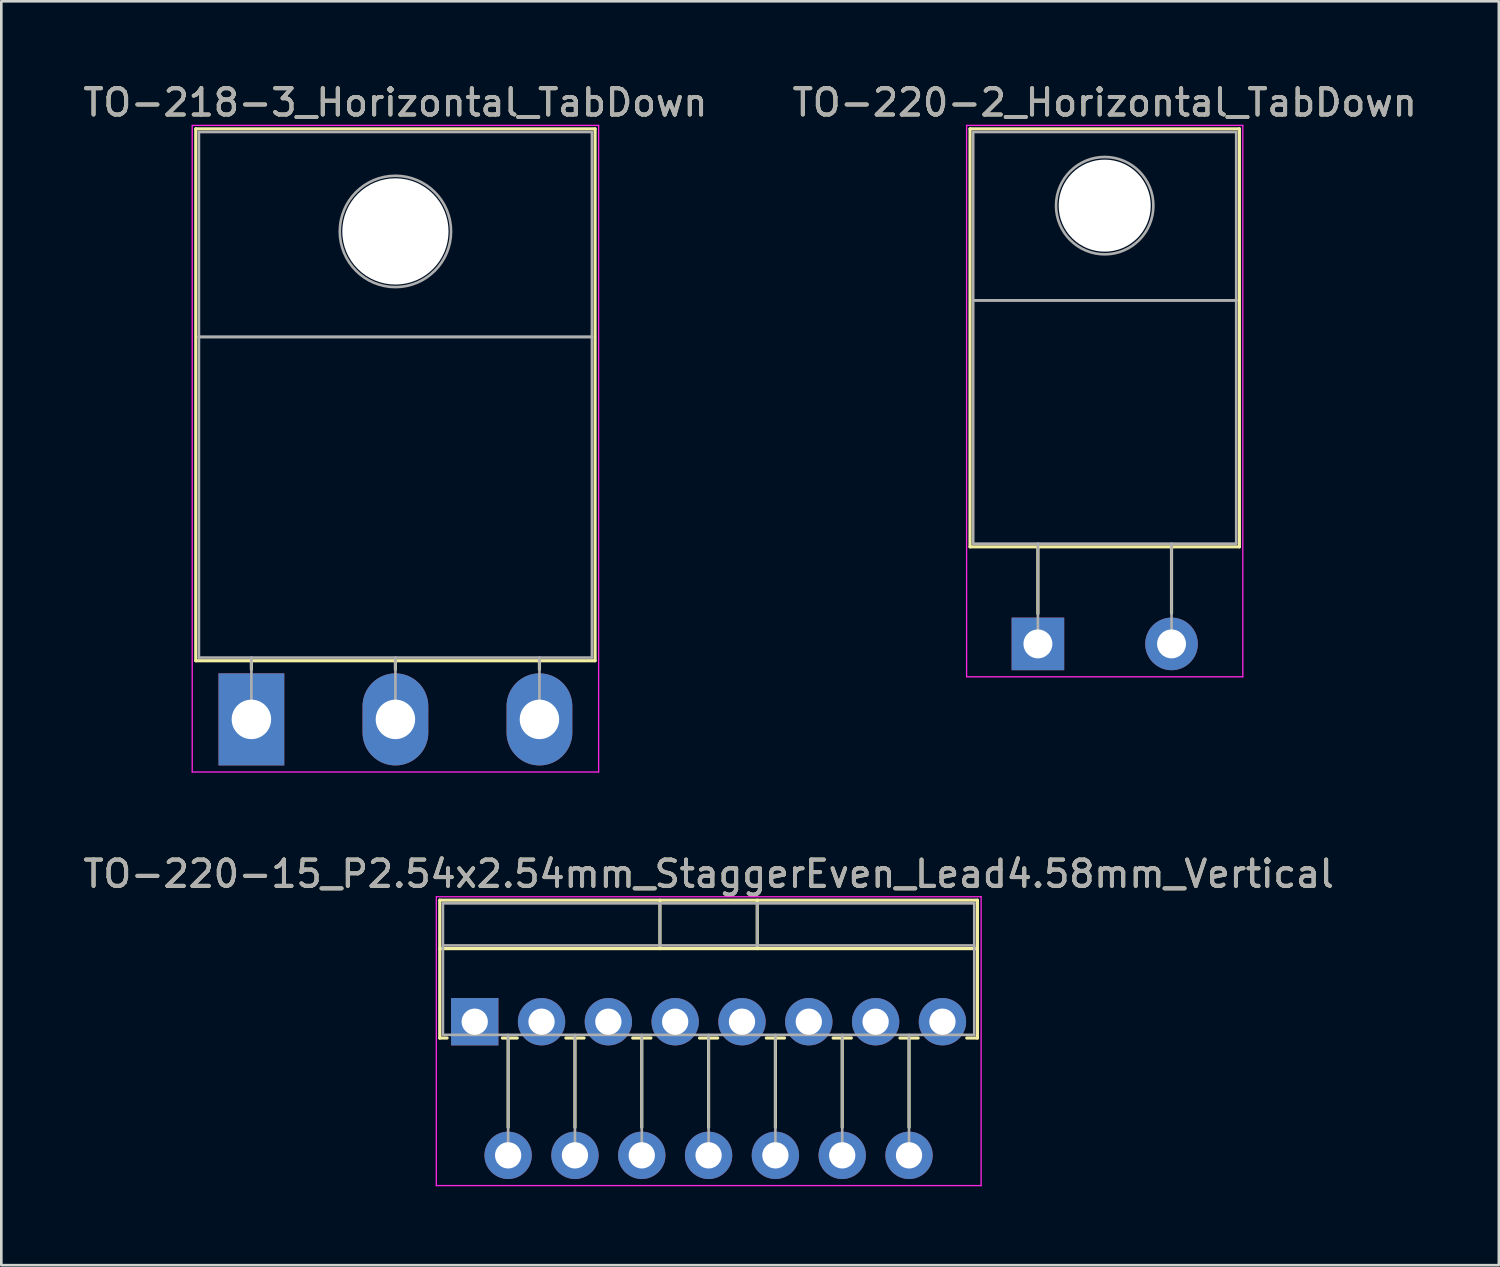
<source format=kicad_pcb>
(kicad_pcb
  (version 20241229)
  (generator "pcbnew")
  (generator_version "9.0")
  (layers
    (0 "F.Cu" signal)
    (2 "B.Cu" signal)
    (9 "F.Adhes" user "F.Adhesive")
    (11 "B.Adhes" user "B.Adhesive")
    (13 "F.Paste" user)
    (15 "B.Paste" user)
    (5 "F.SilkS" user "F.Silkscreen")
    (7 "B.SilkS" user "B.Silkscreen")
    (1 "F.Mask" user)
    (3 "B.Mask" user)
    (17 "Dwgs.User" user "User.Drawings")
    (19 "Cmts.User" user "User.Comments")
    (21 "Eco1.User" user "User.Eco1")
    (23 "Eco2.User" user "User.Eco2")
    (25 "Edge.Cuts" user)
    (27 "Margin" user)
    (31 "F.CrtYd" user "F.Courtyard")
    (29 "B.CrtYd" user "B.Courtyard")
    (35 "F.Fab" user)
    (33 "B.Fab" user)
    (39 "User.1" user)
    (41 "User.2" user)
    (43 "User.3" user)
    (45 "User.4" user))
  (footprint "TO-220-15_P2.54x2.54mm_StaggerEven_Lead4.58mm_Vertical"
    (layer "F.Cu")
    (at 14.997 35.791)
    (property "Reference" "TO-220-15_P2.54x2.54mm_StaggerEven_Lead4.58mm_Vertical" (at 8.89 -5.62 0) (layer "F.SilkS") (effects (font (size 1 1) (thickness 0.15))))
    (attr through_hole)
    (fp_line (start -1.33 -4.62) (end -1.33 0.621) (stroke (width 0.12) (type solid)) (layer "F.SilkS"))
    (fp_line (start -1.33 -4.62) (end 19.11 -4.62) (stroke (width 0.12) (type solid)) (layer "F.SilkS"))
    (fp_line (start -1.33 -2.78) (end 19.11 -2.78) (stroke (width 0.12) (type solid)) (layer "F.SilkS"))
    (fp_line (start -1.33 0.621) (end -1.05 0.621) (stroke (width 0.12) (type solid)) (layer "F.SilkS"))
    (fp_line (start 1.05 0.621) (end 1.616 0.621) (stroke (width 0.12) (type solid)) (layer "F.SilkS"))
    (fp_line (start 1.27 0.621) (end 1.27 4.015) (stroke (width 0.12) (type solid)) (layer "F.SilkS"))
    (fp_line (start 3.465 0.621) (end 4.156 0.621) (stroke (width 0.12) (type solid)) (layer "F.SilkS"))
    (fp_line (start 3.81 0.621) (end 3.81 4.015) (stroke (width 0.12) (type solid)) (layer "F.SilkS"))
    (fp_line (start 6.005 0.621) (end 6.696 0.621) (stroke (width 0.12) (type solid)) (layer "F.SilkS"))
    (fp_line (start 6.35 0.621) (end 6.35 4.015) (stroke (width 0.12) (type solid)) (layer "F.SilkS"))
    (fp_line (start 7.041 -4.62) (end 7.041 -2.78) (stroke (width 0.12) (type solid)) (layer "F.SilkS"))
    (fp_line (start 8.545 0.621) (end 9.236 0.621) (stroke (width 0.12) (type solid)) (layer "F.SilkS"))
    (fp_line (start 8.89 0.621) (end 8.89 4.015) (stroke (width 0.12) (type solid)) (layer "F.SilkS"))
    (fp_line (start 10.74 -4.62) (end 10.74 -2.78) (stroke (width 0.12) (type solid)) (layer "F.SilkS"))
    (fp_line (start 11.085 0.621) (end 11.776 0.621) (stroke (width 0.12) (type solid)) (layer "F.SilkS"))
    (fp_line (start 11.43 0.621) (end 11.43 4.015) (stroke (width 0.12) (type solid)) (layer "F.SilkS"))
    (fp_line (start 13.625 0.621) (end 14.316 0.621) (stroke (width 0.12) (type solid)) (layer "F.SilkS"))
    (fp_line (start 13.97 0.621) (end 13.97 4.015) (stroke (width 0.12) (type solid)) (layer "F.SilkS"))
    (fp_line (start 16.165 0.621) (end 16.856 0.621) (stroke (width 0.12) (type solid)) (layer "F.SilkS"))
    (fp_line (start 16.51 0.621) (end 16.51 4.015) (stroke (width 0.12) (type solid)) (layer "F.SilkS"))
    (fp_line (start 18.705 0.621) (end 19.11 0.621) (stroke (width 0.12) (type solid)) (layer "F.SilkS"))
    (fp_line (start 19.11 -4.62) (end 19.11 0.621) (stroke (width 0.12) (type solid)) (layer "F.SilkS"))
    (fp_line (start -1.46 -4.75) (end -1.46 6.23) (stroke (width 0.05) (type solid)) (layer "F.CrtYd"))
    (fp_line (start -1.46 6.23) (end 19.25 6.23) (stroke (width 0.05) (type solid)) (layer "F.CrtYd"))
    (fp_line (start 19.25 -4.75) (end -1.46 -4.75) (stroke (width 0.05) (type solid)) (layer "F.CrtYd"))
    (fp_line (start 19.25 6.23) (end 19.25 -4.75) (stroke (width 0.05) (type solid)) (layer "F.CrtYd"))
    (fp_line (start -1.21 -4.5) (end -1.21 0.5) (stroke (width 0.1) (type solid)) (layer "F.Fab"))
    (fp_line (start -1.21 -2.9) (end 18.99 -2.9) (stroke (width 0.1) (type solid)) (layer "F.Fab"))
    (fp_line (start -1.21 0.5) (end 18.99 0.5) (stroke (width 0.1) (type solid)) (layer "F.Fab"))
    (fp_line (start 1.27 0.5) (end 1.27 5.08) (stroke (width 0.1) (type solid)) (layer "F.Fab"))
    (fp_line (start 3.81 0.5) (end 3.81 5.08) (stroke (width 0.1) (type solid)) (layer "F.Fab"))
    (fp_line (start 6.35 0.5) (end 6.35 5.08) (stroke (width 0.1) (type solid)) (layer "F.Fab"))
    (fp_line (start 7.04 -4.5) (end 7.04 -2.9) (stroke (width 0.1) (type solid)) (layer "F.Fab"))
    (fp_line (start 8.89 0.5) (end 8.89 5.08) (stroke (width 0.1) (type solid)) (layer "F.Fab"))
    (fp_line (start 10.74 -4.5) (end 10.74 -2.9) (stroke (width 0.1) (type solid)) (layer "F.Fab"))
    (fp_line (start 11.43 0.5) (end 11.43 5.08) (stroke (width 0.1) (type solid)) (layer "F.Fab"))
    (fp_line (start 13.97 0.5) (end 13.97 5.08) (stroke (width 0.1) (type solid)) (layer "F.Fab"))
    (fp_line (start 16.51 0.5) (end 16.51 5.08) (stroke (width 0.1) (type solid)) (layer "F.Fab"))
    (fp_line (start 18.99 -4.5) (end -1.21 -4.5) (stroke (width 0.1) (type solid)) (layer "F.Fab"))
    (fp_line (start 18.99 0.5) (end 18.99 -4.5) (stroke (width 0.1) (type solid)) (layer "F.Fab"))
    (fp_text user "${REFERENCE}" (at 8.89 -5.62 0) (layer "F.Fab") (effects (font (size 1 1) (thickness 0.15))))
    (pad "1" thru_hole rect (at 0 0) (size 1.8 1.8) (drill 1) (layers "*.Cu" "*.Mask"))
    (pad "2" thru_hole oval (at 1.27 5.08) (size 1.8 1.8) (drill 1) (layers "*.Cu" "*.Mask"))
    (pad "3" thru_hole oval (at 2.54 0) (size 1.8 1.8) (drill 1) (layers "*.Cu" "*.Mask"))
    (pad "4" thru_hole oval (at 3.81 5.08) (size 1.8 1.8) (drill 1) (layers "*.Cu" "*.Mask"))
    (pad "5" thru_hole oval (at 5.08 0) (size 1.8 1.8) (drill 1) (layers "*.Cu" "*.Mask"))
    (pad "6" thru_hole oval (at 6.35 5.08) (size 1.8 1.8) (drill 1) (layers "*.Cu" "*.Mask"))
    (pad "7" thru_hole oval (at 7.62 0) (size 1.8 1.8) (drill 1) (layers "*.Cu" "*.Mask"))
    (pad "8" thru_hole oval (at 8.89 5.08) (size 1.8 1.8) (drill 1) (layers "*.Cu" "*.Mask"))
    (pad "9" thru_hole oval (at 10.16 0) (size 1.8 1.8) (drill 1) (layers "*.Cu" "*.Mask"))
    (pad "10" thru_hole oval (at 11.43 5.08) (size 1.8 1.8) (drill 1) (layers "*.Cu" "*.Mask"))
    (pad "11" thru_hole oval (at 12.7 0) (size 1.8 1.8) (drill 1) (layers "*.Cu" "*.Mask"))
    (pad "12" thru_hole oval (at 13.97 5.08) (size 1.8 1.8) (drill 1) (layers "*.Cu" "*.Mask"))
    (pad "13" thru_hole oval (at 15.24 0) (size 1.8 1.8) (drill 1) (layers "*.Cu" "*.Mask"))
    (pad "14" thru_hole oval (at 16.51 5.08) (size 1.8 1.8) (drill 1) (layers "*.Cu" "*.Mask"))
    (pad "15" thru_hole oval (at 17.78 0) (size 1.8 1.8) (drill 1) (layers "*.Cu" "*.Mask")))
  (footprint "TO-220-2_Horizontal_TabDown"
    (layer "F.Cu")
    (at 36.406 21.428)
    (property "Reference" "TO-220-2_Horizontal_TabDown" (at 2.54 -20.58 0) (layer "F.SilkS") (effects (font (size 1 1) (thickness 0.15))))
    (attr through_hole)
    (fp_line (start -2.58 -19.58) (end -2.58 -3.69) (stroke (width 0.12) (type solid)) (layer "F.SilkS"))
    (fp_line (start -2.58 -19.58) (end 7.66 -19.58) (stroke (width 0.12) (type solid)) (layer "F.SilkS"))
    (fp_line (start -2.58 -3.69) (end 7.66 -3.69) (stroke (width 0.12) (type solid)) (layer "F.SilkS"))
    (fp_line (start 0 -3.69) (end 0 -1.15) (stroke (width 0.12) (type solid)) (layer "F.SilkS"))
    (fp_line (start 5.08 -3.69) (end 5.08 -1.165) (stroke (width 0.12) (type solid)) (layer "F.SilkS"))
    (fp_line (start 7.66 -19.58) (end 7.66 -3.69) (stroke (width 0.12) (type solid)) (layer "F.SilkS"))
    (fp_line (start -2.71 -19.71) (end -2.71 1.25) (stroke (width 0.05) (type solid)) (layer "F.CrtYd"))
    (fp_line (start -2.71 1.25) (end 7.79 1.25) (stroke (width 0.05) (type solid)) (layer "F.CrtYd"))
    (fp_line (start 7.79 -19.71) (end -2.71 -19.71) (stroke (width 0.05) (type solid)) (layer "F.CrtYd"))
    (fp_line (start 7.79 1.25) (end 7.79 -19.71) (stroke (width 0.05) (type solid)) (layer "F.CrtYd"))
    (fp_line (start -2.46 -19.46) (end 7.54 -19.46) (stroke (width 0.1) (type solid)) (layer "F.Fab"))
    (fp_line (start -2.46 -13.06) (end -2.46 -19.46) (stroke (width 0.1) (type solid)) (layer "F.Fab"))
    (fp_line (start -2.46 -13.06) (end 7.54 -13.06) (stroke (width 0.1) (type solid)) (layer "F.Fab"))
    (fp_line (start -2.46 -3.81) (end -2.46 -13.06) (stroke (width 0.1) (type solid)) (layer "F.Fab"))
    (fp_line (start 0 -3.81) (end 0 0) (stroke (width 0.1) (type solid)) (layer "F.Fab"))
    (fp_line (start 5.08 -3.81) (end 5.08 0) (stroke (width 0.1) (type solid)) (layer "F.Fab"))
    (fp_line (start 7.54 -19.46) (end 7.54 -13.06) (stroke (width 0.1) (type solid)) (layer "F.Fab"))
    (fp_line (start 7.54 -13.06) (end -2.46 -13.06) (stroke (width 0.1) (type solid)) (layer "F.Fab"))
    (fp_line (start 7.54 -13.06) (end 7.54 -3.81) (stroke (width 0.1) (type solid)) (layer "F.Fab"))
    (fp_line (start 7.54 -3.81) (end -2.46 -3.81) (stroke (width 0.1) (type solid)) (layer "F.Fab"))
    (fp_circle (center 2.54 -16.66) (end 4.39 -16.66) (stroke (width 0.1) (type solid)) (fill no) (layer "F.Fab"))
    (fp_text user "${REFERENCE}" (at 2.54 -20.58 0) (layer "F.Fab") (effects (font (size 1 1) (thickness 0.15))))
    (pad "" np_thru_hole oval (at 2.54 -16.66) (size 3.5 3.5) (drill 3.5) (layers "*.Cu" "*.Mask"))
    (pad "1" thru_hole rect (at 0 0) (size 2 2) (drill 1.1) (layers "*.Cu" "*.Mask"))
    (pad "2" thru_hole oval (at 5.08 0) (size 2 2) (drill 1.1) (layers "*.Cu" "*.Mask")))
  (footprint "TO-218-3_Horizontal_TabDown"
    (layer "F.Cu")
    (at 6.507 24.298)
    (property "Reference" "TO-218-3_Horizontal_TabDown" (at 5.475 -23.45 0) (layer "F.SilkS") (effects (font (size 1 1) (thickness 0.15))))
    (attr through_hole)
    (fp_line (start -2.115 -22.45) (end -2.115 -2.23) (stroke (width 0.12) (type solid)) (layer "F.SilkS"))
    (fp_line (start -2.115 -22.45) (end 13.065 -22.45) (stroke (width 0.12) (type solid)) (layer "F.SilkS"))
    (fp_line (start -2.115 -2.23) (end 13.065 -2.23) (stroke (width 0.12) (type solid)) (layer "F.SilkS"))
    (fp_line (start 0 -2.23) (end 0 -1.9) (stroke (width 0.12) (type solid)) (layer "F.SilkS"))
    (fp_line (start 5.475 -2.23) (end 5.475 -1.9) (stroke (width 0.12) (type solid)) (layer "F.SilkS"))
    (fp_line (start 10.95 -2.23) (end 10.95 -1.9) (stroke (width 0.12) (type solid)) (layer "F.SilkS"))
    (fp_line (start 13.065 -22.45) (end 13.065 -2.23) (stroke (width 0.12) (type solid)) (layer "F.SilkS"))
    (fp_line (start -2.25 -22.58) (end -2.25 2) (stroke (width 0.05) (type solid)) (layer "F.CrtYd"))
    (fp_line (start -2.25 2) (end 13.2 2) (stroke (width 0.05) (type solid)) (layer "F.CrtYd"))
    (fp_line (start 13.2 -22.58) (end -2.25 -22.58) (stroke (width 0.05) (type solid)) (layer "F.CrtYd"))
    (fp_line (start 13.2 2) (end 13.2 -22.58) (stroke (width 0.05) (type solid)) (layer "F.CrtYd"))
    (fp_line (start -1.995 -22.33) (end 12.945 -22.33) (stroke (width 0.1) (type solid)) (layer "F.Fab"))
    (fp_line (start -1.995 -14.54) (end -1.995 -22.33) (stroke (width 0.1) (type solid)) (layer "F.Fab"))
    (fp_line (start -1.995 -14.54) (end 12.945 -14.54) (stroke (width 0.1) (type solid)) (layer "F.Fab"))
    (fp_line (start -1.995 -2.35) (end -1.995 -14.54) (stroke (width 0.1) (type solid)) (layer "F.Fab"))
    (fp_line (start 0 -2.35) (end 0 0) (stroke (width 0.1) (type solid)) (layer "F.Fab"))
    (fp_line (start 5.475 -2.35) (end 5.475 0) (stroke (width 0.1) (type solid)) (layer "F.Fab"))
    (fp_line (start 10.95 -2.35) (end 10.95 0) (stroke (width 0.1) (type solid)) (layer "F.Fab"))
    (fp_line (start 12.945 -22.33) (end 12.945 -14.54) (stroke (width 0.1) (type solid)) (layer "F.Fab"))
    (fp_line (start 12.945 -14.54) (end -1.995 -14.54) (stroke (width 0.1) (type solid)) (layer "F.Fab"))
    (fp_line (start 12.945 -14.54) (end 12.945 -2.35) (stroke (width 0.1) (type solid)) (layer "F.Fab"))
    (fp_line (start 12.945 -2.35) (end -1.995 -2.35) (stroke (width 0.1) (type solid)) (layer "F.Fab"))
    (fp_circle (center 5.475 -18.55) (end 7.59 -18.55) (stroke (width 0.1) (type solid)) (fill no) (layer "F.Fab"))
    (fp_text user "${REFERENCE}" (at 5.475 -23.45 0) (layer "F.Fab") (effects (font (size 1 1) (thickness 0.15))))
    (pad "" np_thru_hole oval (at 5.475 -18.55) (size 4.04 4.04) (drill 4.04) (layers "*.Cu" "*.Mask"))
    (pad "1" thru_hole rect (at 0 0) (size 2.5 3.5) (drill 1.5) (layers "*.Cu" "*.Mask"))
    (pad "2" thru_hole oval (at 5.475 0) (size 2.5 3.5) (drill 1.5) (layers "*.Cu" "*.Mask"))
    (pad "3" thru_hole oval (at 10.95 0) (size 2.5 3.5) (drill 1.5) (layers "*.Cu" "*.Mask")))
  (gr_rect
    (start -3 -3)
    (end 53.929 45.047)
    (stroke (width 0.1) (type default))
    (fill no)
    (layer "Edge.Cuts")))
</source>
